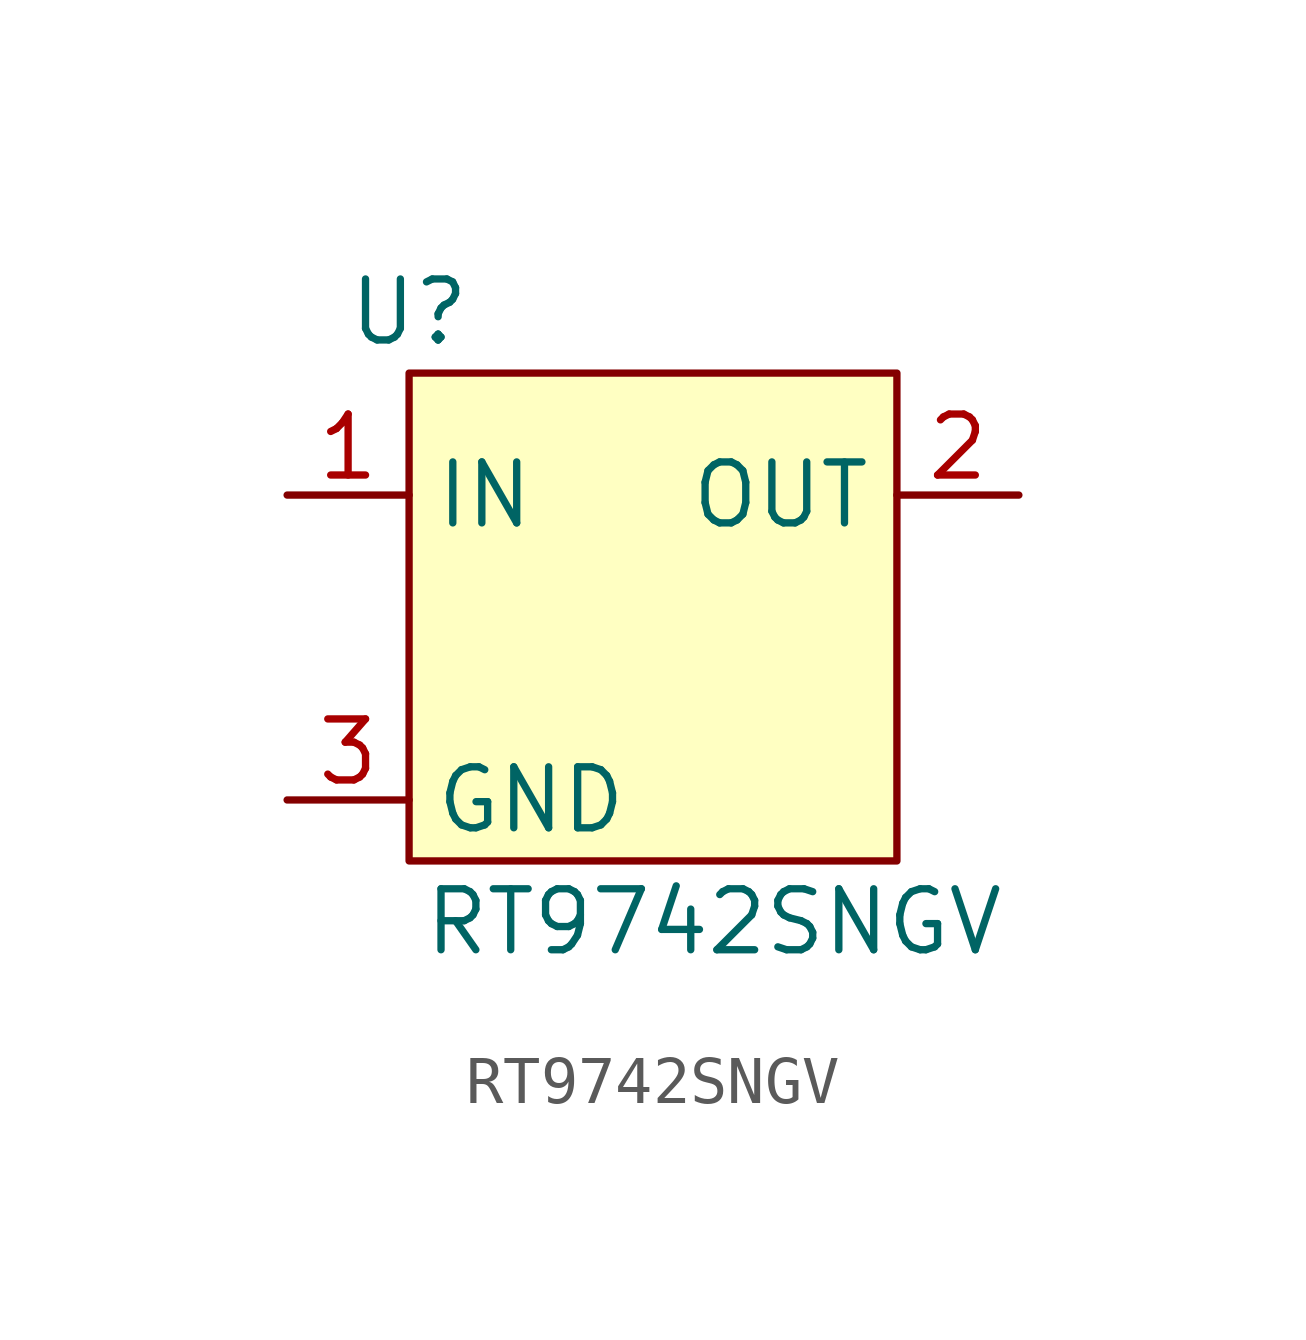
<source format=kicad_sym>
(kicad_symbol_lib
  (version 20220914)
  (generator kicad_symbol_editor)
  (symbol "RT9742SNGV"
    (property "Reference" "U"
      (at -2.54 7.62 0)
      (effects (font (size 1.27 1.27))))
    (property "Value" "RT9742SNGV"
      (at 3.81 -5.08 0)
      (effects (font (size 1.27 1.27))))
    (symbol "RT9742SNGV_0_1"
      (rectangle (start -2.54 6.35) (end 7.62 -3.81) (stroke (width 0) (type default)) (fill (type background))))
    (symbol "RT9742SNGV_1_1"
      (pin power_in line (at -5.08 3.81 0) (length 2.54) (name "IN" (effects (font (size 1.27 1.27)))) (number "1" (effects (font (size 1.27 1.27)))))
      (pin power_in line (at 10.16 3.81 180) (length 2.54) (name "OUT" (effects (font (size 1.27 1.27)))) (number "2" (effects (font (size 1.27 1.27)))))
      (pin power_in line (at -5.08 -2.54 0) (length 2.54) (name "GND" (effects (font (size 1.27 1.27)))) (number "3" (effects (font (size 1.27 1.27))))))))
</source>
